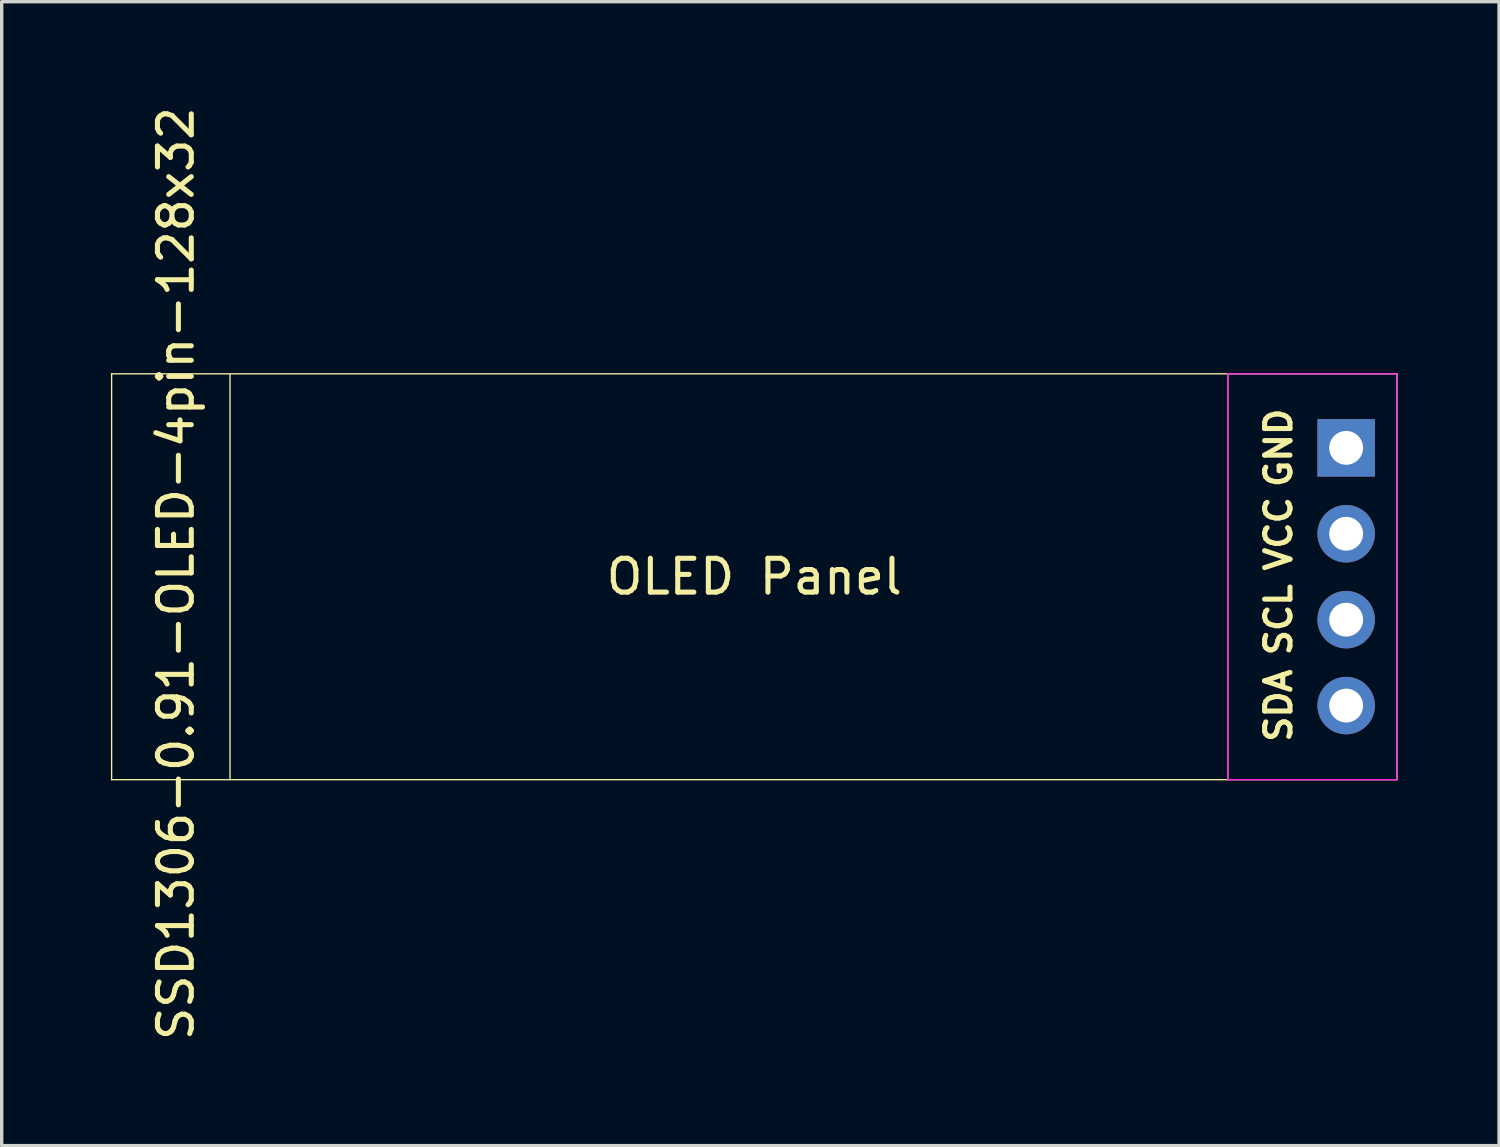
<source format=kicad_pcb>
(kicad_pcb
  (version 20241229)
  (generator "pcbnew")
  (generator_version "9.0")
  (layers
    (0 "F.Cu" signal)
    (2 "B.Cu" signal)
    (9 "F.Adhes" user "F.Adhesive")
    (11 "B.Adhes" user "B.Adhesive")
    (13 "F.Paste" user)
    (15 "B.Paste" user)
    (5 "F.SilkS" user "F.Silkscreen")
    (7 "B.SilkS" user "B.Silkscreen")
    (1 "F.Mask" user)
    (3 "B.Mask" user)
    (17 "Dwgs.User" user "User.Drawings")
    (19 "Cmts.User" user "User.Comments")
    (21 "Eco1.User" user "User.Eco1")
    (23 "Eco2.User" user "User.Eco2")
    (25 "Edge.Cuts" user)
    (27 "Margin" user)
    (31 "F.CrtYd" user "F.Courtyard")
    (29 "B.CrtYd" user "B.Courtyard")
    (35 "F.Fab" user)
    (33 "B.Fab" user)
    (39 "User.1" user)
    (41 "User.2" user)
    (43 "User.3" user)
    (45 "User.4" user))
  (footprint "SSD1306-0.91-OLED-4pin-128x32"
    (layer "F.Cu")
    (at 0.25 8.001)
    (property "Reference" "SSD1306-0.91-OLED-4pin-128x32" (at 1.9 5.91 90) (layer "F.SilkS") (effects (font (size 1 1) (thickness 0.15))))
    (attr through_hole)
    (fp_line (start 0 0) (end 0 12) (stroke (width 0.04) (type solid)) (layer "F.SilkS"))
    (fp_line (start 0 12) (end 38 12) (stroke (width 0.04) (type solid)) (layer "F.SilkS"))
    (fp_line (start 3.5 0) (end 3.5 12) (stroke (width 0.04) (type solid)) (layer "F.SilkS"))
    (fp_line (start 33 0) (end 33 12) (stroke (width 0.04) (type solid)) (layer "F.SilkS"))
    (fp_line (start 38 0) (end 0 0) (stroke (width 0.04) (type solid)) (layer "F.SilkS"))
    (fp_line (start 38 12) (end 38 0) (stroke (width 0.04) (type solid)) (layer "F.SilkS"))
    (fp_line (start 33 0) (end 33 12) (stroke (width 0.04) (type solid)) (layer "F.CrtYd"))
    (fp_line (start 33 12) (end 38 12) (stroke (width 0.04) (type solid)) (layer "F.CrtYd"))
    (fp_line (start 38 0) (end 33 0) (stroke (width 0.04) (type solid)) (layer "F.CrtYd"))
    (fp_line (start 38 12) (end 38 0) (stroke (width 0.04) (type solid)) (layer "F.CrtYd"))
    (fp_text user "OLED Panel" (at 19 6 0) (layer "F.SilkS") (effects (font (size 1 1) (thickness 0.15))))
    (fp_text user "VCC" (at 34.5 4.73 270) (layer "F.SilkS") (effects (font (size 0.75 0.75) (thickness 0.15))))
    (fp_text user "SDA" (at 34.5 9.81 270) (layer "F.SilkS") (effects (font (size 0.75 0.75) (thickness 0.15))))
    (fp_text user "GND" (at 34.5 2.19 270) (layer "F.SilkS") (effects (font (size 0.75 0.75) (thickness 0.15))))
    (fp_text user "SCL" (at 34.5 7.27 270) (layer "F.SilkS") (effects (font (size 0.75 0.75) (thickness 0.15))))
    (pad "1" thru_hole rect (at 36.5 2.19) (size 1.7 1.7) (drill 1) (layers "*.Cu" "*.Mask"))
    (pad "2" thru_hole oval (at 36.5 4.73) (size 1.7 1.7) (drill 1) (layers "*.Cu" "*.Mask"))
    (pad "3" thru_hole oval (at 36.5 7.27) (size 1.7 1.7) (drill 1) (layers "*.Cu" "*.Mask"))
    (pad "4" thru_hole oval (at 36.5 9.81) (size 1.7 1.7) (drill 1) (layers "*.Cu" "*.Mask")))
  (gr_rect
    (start -3 -3)
    (end 41.27 30.821)
    (stroke (width 0.1) (type default))
    (fill no)
    (layer "Edge.Cuts")))
</source>
